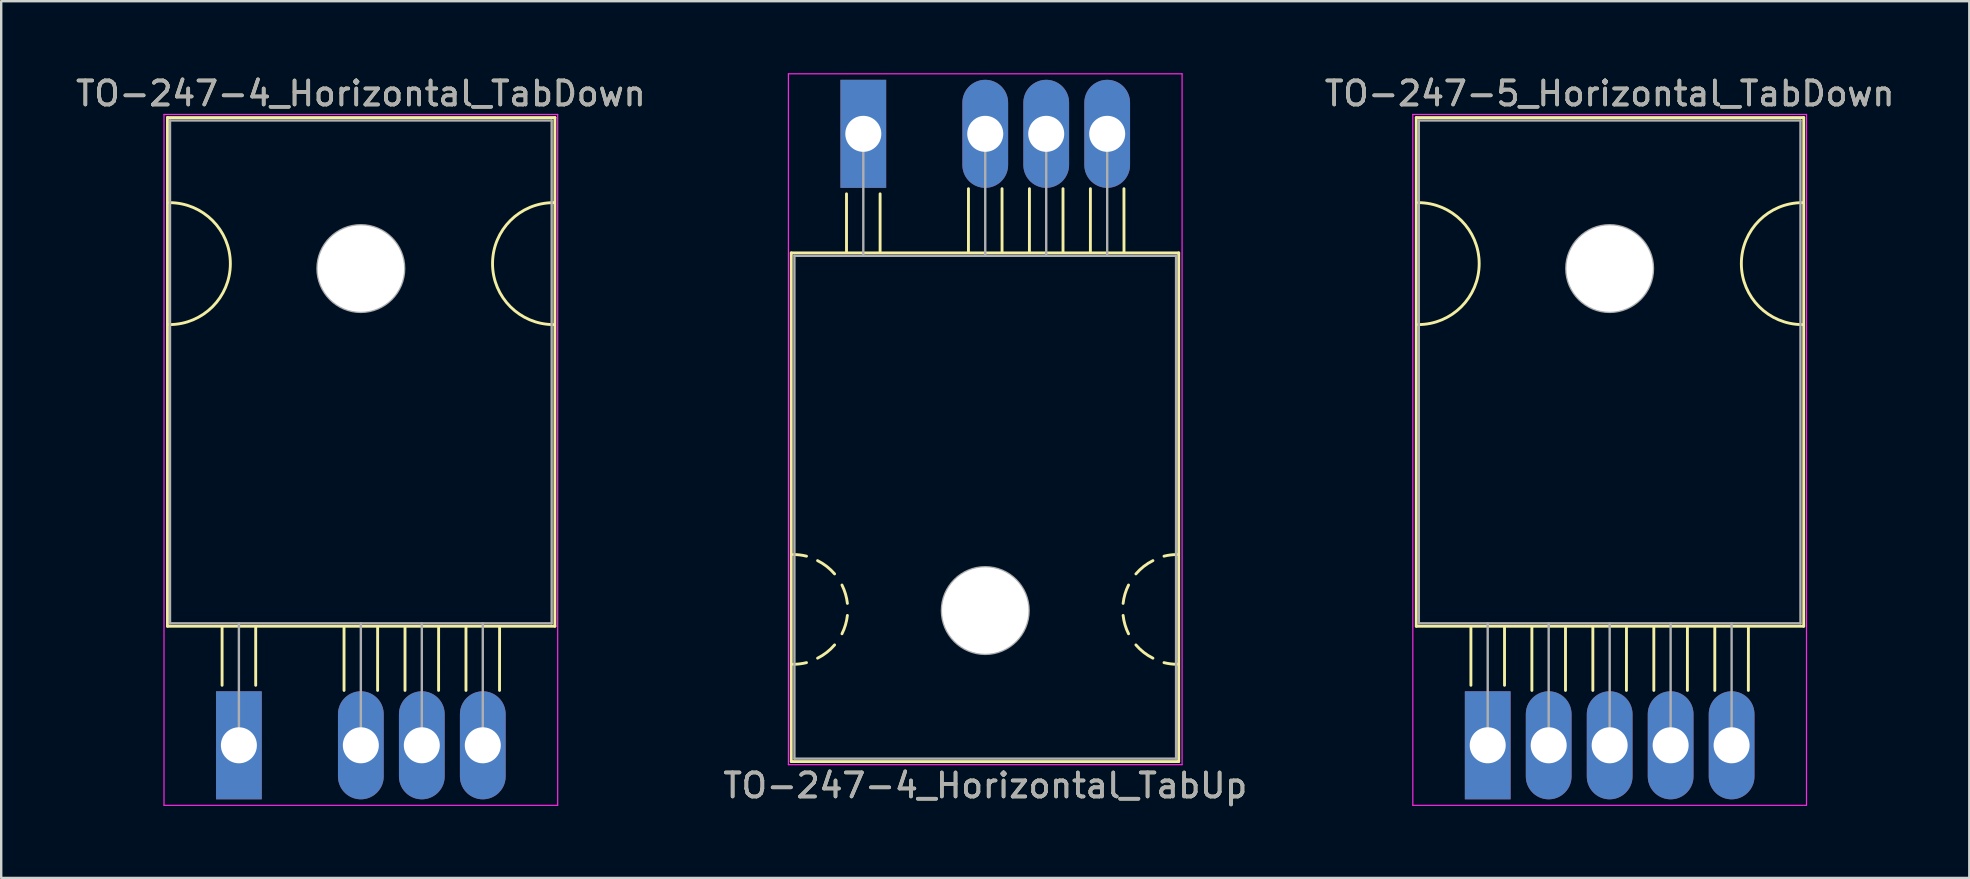
<source format=kicad_pcb>
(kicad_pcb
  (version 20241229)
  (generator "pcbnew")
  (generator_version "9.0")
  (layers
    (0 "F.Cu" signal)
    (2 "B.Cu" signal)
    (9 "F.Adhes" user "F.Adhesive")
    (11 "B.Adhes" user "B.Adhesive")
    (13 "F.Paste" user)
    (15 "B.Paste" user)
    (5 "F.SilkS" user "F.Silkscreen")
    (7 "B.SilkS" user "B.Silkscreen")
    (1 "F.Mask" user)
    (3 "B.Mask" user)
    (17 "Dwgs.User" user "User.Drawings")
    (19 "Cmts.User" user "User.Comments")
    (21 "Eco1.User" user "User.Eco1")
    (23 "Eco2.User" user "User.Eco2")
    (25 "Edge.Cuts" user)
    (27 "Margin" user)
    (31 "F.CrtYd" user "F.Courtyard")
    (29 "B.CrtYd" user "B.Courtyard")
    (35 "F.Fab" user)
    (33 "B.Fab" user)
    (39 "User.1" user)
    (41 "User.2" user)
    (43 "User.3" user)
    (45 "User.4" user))
  (footprint "TO-247-4_Horizontal_TabDown"
    (layer "F.Cu")
    (at 6.902 27.998)
    (property "Reference" "TO-247-4_Horizontal_TabDown" (at 5.08 -27.15 0) (layer "F.SilkS") (effects (font (size 1 1) (thickness 0.15))))
    (attr through_hole)
    (fp_line (start -2.976 -26.15) (end -2.976 -4.96) (stroke (width 0.12) (type solid)) (layer "F.SilkS"))
    (fp_line (start -2.976 -26.15) (end 13.164 -26.15) (stroke (width 0.12) (type solid)) (layer "F.SilkS"))
    (fp_line (start -2.976 -4.96) (end 13.164 -4.96) (stroke (width 0.12) (type solid)) (layer "F.SilkS"))
    (fp_line (start -0.7 -4.9) (end -0.7 -2.5) (stroke (width 0.12) (type solid)) (layer "F.SilkS"))
    (fp_line (start 0.7 -2.5) (end 0.7 -4.9) (stroke (width 0.12) (type solid)) (layer "F.SilkS"))
    (fp_line (start 4.38 -4.9) (end 4.38 -2.286) (stroke (width 0.12) (type solid)) (layer "F.SilkS"))
    (fp_line (start 5.779 -2.286) (end 5.78 -4.9) (stroke (width 0.12) (type solid)) (layer "F.SilkS"))
    (fp_line (start 6.92 -4.9) (end 6.92 -2.286) (stroke (width 0.12) (type solid)) (layer "F.SilkS"))
    (fp_line (start 8.319 -2.286) (end 8.32 -4.9) (stroke (width 0.12) (type solid)) (layer "F.SilkS"))
    (fp_line (start 9.46 -4.9) (end 9.46 -2.286) (stroke (width 0.12) (type solid)) (layer "F.SilkS"))
    (fp_line (start 10.858 -2.286) (end 10.86 -4.9) (stroke (width 0.12) (type solid)) (layer "F.SilkS"))
    (fp_line (start 13.164 -26.15) (end 13.164 -4.96) (stroke (width 0.12) (type solid)) (layer "F.SilkS"))
    (fp_arc (start -2.8956 -22.606) (mid -0.3556 -20.066) (end -2.8956 -17.526) (stroke (width 0.12) (type solid)) (layer "F.SilkS"))
    (fp_arc (start 13.1064 -17.526) (mid 10.5664 -20.066) (end 13.1064 -22.606) (stroke (width 0.12) (type solid)) (layer "F.SilkS"))
    (fp_line (start -3.12 -26.28) (end -3.12 2.5) (stroke (width 0.05) (type solid)) (layer "F.CrtYd"))
    (fp_line (start -3.12 2.5) (end 13.28 2.5) (stroke (width 0.05) (type solid)) (layer "F.CrtYd"))
    (fp_line (start 13.28 -26.28) (end -3.12 -26.28) (stroke (width 0.05) (type solid)) (layer "F.CrtYd"))
    (fp_line (start 13.28 2.5) (end 13.28 -26.28) (stroke (width 0.05) (type solid)) (layer "F.CrtYd"))
    (fp_line (start -2.87 -26.03) (end 13.03 -26.03) (stroke (width 0.1) (type solid)) (layer "F.Fab"))
    (fp_line (start -2.87 -5.08) (end -2.87 -26.03) (stroke (width 0.1) (type solid)) (layer "F.Fab"))
    (fp_line (start 0 -5.08) (end 0 0) (stroke (width 0.1) (type solid)) (layer "F.Fab"))
    (fp_line (start 5.08 -5.08) (end 5.08 0) (stroke (width 0.1) (type solid)) (layer "F.Fab"))
    (fp_line (start 7.62 -5.08) (end 7.62 0) (stroke (width 0.1) (type solid)) (layer "F.Fab"))
    (fp_line (start 10.16 -5.08) (end 10.16 0) (stroke (width 0.1) (type solid)) (layer "F.Fab"))
    (fp_line (start 13.03 -26.03) (end 13.03 -5.08) (stroke (width 0.1) (type solid)) (layer "F.Fab"))
    (fp_line (start 13.03 -5.08) (end -2.87 -5.08) (stroke (width 0.1) (type solid)) (layer "F.Fab"))
    (fp_circle (center 5.08 -19.86) (end 6.885 -19.86) (stroke (width 0.1) (type solid)) (fill no) (layer "F.Fab"))
    (fp_text user "${REFERENCE}" (at 5.08 -27.15 0) (layer "F.Fab") (effects (font (size 1 1) (thickness 0.15))))
    (pad "" np_thru_hole oval (at 5.08 -19.86) (size 3.6 3.6) (drill 3.6) (layers "*.Cu" "*.Mask"))
    (pad "1" thru_hole rect (at 0 0) (size 1.905 4.5) (drill 1.5) (layers "*.Cu" "*.Mask"))
    (pad "2" thru_hole oval (at 5.08 0) (size 1.905 4.5) (drill 1.5) (layers "*.Cu" "*.Mask"))
    (pad "3" thru_hole oval (at 7.62 0) (size 1.905 4.5) (drill 1.5) (layers "*.Cu" "*.Mask"))
    (pad "4" thru_hole oval (at 10.16 0) (size 1.905 4.5) (drill 1.5) (layers "*.Cu" "*.Mask")))
  (footprint "TO-247-4_Horizontal_TabUp"
    (layer "F.Cu")
    (at 32.914 2.525)
    (property "Reference" "TO-247-4_Horizontal_TabUp" (at 5.08 27.15 0) (layer "F.SilkS") (effects (font (size 1 1) (thickness 0.15))))
    (attr through_hole)
    (fp_line (start -3.001 4.96) (end -3.001 26.15) (stroke (width 0.12) (type solid)) (layer "F.SilkS"))
    (fp_line (start -3.001 4.96) (end 13.139 4.96) (stroke (width 0.12) (type solid)) (layer "F.SilkS"))
    (fp_line (start -3.001 26.15) (end 13.139 26.15) (stroke (width 0.12) (type solid)) (layer "F.SilkS"))
    (fp_line (start -0.7 4.9) (end -0.7 2.5) (stroke (width 0.12) (type solid)) (layer "F.SilkS"))
    (fp_line (start 0.7 2.5) (end 0.7 4.9) (stroke (width 0.12) (type solid)) (layer "F.SilkS"))
    (fp_line (start 4.38 4.9) (end 4.381 2.286) (stroke (width 0.12) (type solid)) (layer "F.SilkS"))
    (fp_line (start 5.779 2.286) (end 5.78 4.9) (stroke (width 0.12) (type solid)) (layer "F.SilkS"))
    (fp_line (start 6.92 4.9) (end 6.921 2.286) (stroke (width 0.12) (type solid)) (layer "F.SilkS"))
    (fp_line (start 8.319 2.286) (end 8.32 4.9) (stroke (width 0.12) (type solid)) (layer "F.SilkS"))
    (fp_line (start 9.46 4.9) (end 9.461 2.286) (stroke (width 0.12) (type solid)) (layer "F.SilkS"))
    (fp_line (start 10.858 2.286) (end 10.86 4.9) (stroke (width 0.12) (type solid)) (layer "F.SilkS"))
    (fp_line (start 13.139 4.96) (end 13.139 26.15) (stroke (width 0.12) (type solid)) (layer "F.SilkS"))
    (fp_arc (start -2.921 17.526) (mid -2.641689 17.543128) (end -2.366564 17.594254) (stroke (width 0.12) (type solid)) (layer "F.SilkS"))
    (fp_arc (start -2.366564 22.029746) (mid -2.641689 22.080872) (end -2.921 22.098) (stroke (width 0.12) (type solid)) (layer "F.SilkS"))
    (fp_arc (start -1.905001 17.780001) (mid -1.52288 18.02132) (end -1.196088 18.333504) (stroke (width 0.12) (type solid)) (layer "F.SilkS"))
    (fp_arc (start -1.196087 21.290497) (mid -1.522879 21.60268) (end -1.905 21.844) (stroke (width 0.12) (type solid)) (layer "F.SilkS"))
    (fp_arc (start -0.889001 18.796001) (mid -0.742178 19.168563) (end -0.663051 19.561117) (stroke (width 0.12) (type solid)) (layer "F.SilkS"))
    (fp_arc (start -0.663051 20.062883) (mid -0.742178 20.455437) (end -0.889001 20.827999) (stroke (width 0.12) (type solid)) (layer "F.SilkS"))
    (fp_arc (start 10.823051 19.561117) (mid 10.902178 19.168563) (end 11.049001 18.796001) (stroke (width 0.12) (type solid)) (layer "F.SilkS"))
    (fp_arc (start 11.049001 20.827999) (mid 10.902178 20.455437) (end 10.823051 20.062883) (stroke (width 0.12) (type solid)) (layer "F.SilkS"))
    (fp_arc (start 11.356087 18.333503) (mid 11.682879 18.02132) (end 12.065 17.78) (stroke (width 0.12) (type solid)) (layer "F.SilkS"))
    (fp_arc (start 12.065001 21.843999) (mid 11.68288 21.60268) (end 11.356088 21.290496) (stroke (width 0.12) (type solid)) (layer "F.SilkS"))
    (fp_arc (start 12.526564 17.594254) (mid 12.801689 17.543128) (end 13.081 17.526) (stroke (width 0.12) (type solid)) (layer "F.SilkS"))
    (fp_arc (start 13.081 22.098) (mid 12.801689 22.080872) (end 12.526564 22.029746) (stroke (width 0.12) (type solid)) (layer "F.SilkS"))
    (fp_line (start -3.12 -2.5) (end -3.12 26.28) (stroke (width 0.05) (type solid)) (layer "F.CrtYd"))
    (fp_line (start -3.12 26.28) (end 13.28 26.28) (stroke (width 0.05) (type solid)) (layer "F.CrtYd"))
    (fp_line (start 13.28 -2.5) (end -3.12 -2.5) (stroke (width 0.05) (type solid)) (layer "F.CrtYd"))
    (fp_line (start 13.28 26.28) (end 13.28 -2.5) (stroke (width 0.05) (type solid)) (layer "F.CrtYd"))
    (fp_line (start -2.87 5.08) (end -2.87 26.03) (stroke (width 0.1) (type solid)) (layer "F.Fab"))
    (fp_line (start -2.87 26.03) (end 13.03 26.03) (stroke (width 0.1) (type solid)) (layer "F.Fab"))
    (fp_line (start 0 5.08) (end 0 0) (stroke (width 0.1) (type solid)) (layer "F.Fab"))
    (fp_line (start 5.08 5.08) (end 5.08 0) (stroke (width 0.1) (type solid)) (layer "F.Fab"))
    (fp_line (start 7.62 5.08) (end 7.62 0) (stroke (width 0.1) (type solid)) (layer "F.Fab"))
    (fp_line (start 10.16 5.08) (end 10.16 0) (stroke (width 0.1) (type solid)) (layer "F.Fab"))
    (fp_line (start 13.03 5.08) (end -2.87 5.08) (stroke (width 0.1) (type solid)) (layer "F.Fab"))
    (fp_line (start 13.03 26.03) (end 13.03 5.08) (stroke (width 0.1) (type solid)) (layer "F.Fab"))
    (fp_circle (center 5.08 19.86) (end 6.885 19.86) (stroke (width 0.1) (type solid)) (fill no) (layer "F.Fab"))
    (fp_text user "${REFERENCE}" (at 5.08 27.15 0) (layer "F.Fab") (effects (font (size 1 1) (thickness 0.15))))
    (pad "" np_thru_hole oval (at 5.08 19.86) (size 3.6 3.6) (drill 3.6) (layers "*.Cu" "*.Mask"))
    (pad "1" thru_hole rect (at 0 0) (size 1.905 4.5) (drill 1.5) (layers "*.Cu" "*.Mask"))
    (pad "2" thru_hole oval (at 5.08 0) (size 1.905 4.5) (drill 1.5) (layers "*.Cu" "*.Mask"))
    (pad "3" thru_hole oval (at 7.62 0) (size 1.905 4.5) (drill 1.5) (layers "*.Cu" "*.Mask"))
    (pad "4" thru_hole oval (at 10.16 0) (size 1.905 4.5) (drill 1.5) (layers "*.Cu" "*.Mask")))
  (footprint "TO-247-5_Horizontal_TabDown"
    (layer "F.Cu")
    (at 58.926 27.998)
    (property "Reference" "TO-247-5_Horizontal_TabDown" (at 5.08 -27.15 0) (layer "F.SilkS") (effects (font (size 1 1) (thickness 0.15))))
    (attr through_hole)
    (fp_line (start -2.976 -26.15) (end -2.976 -4.96) (stroke (width 0.12) (type solid)) (layer "F.SilkS"))
    (fp_line (start -2.976 -26.15) (end 13.164 -26.15) (stroke (width 0.12) (type solid)) (layer "F.SilkS"))
    (fp_line (start -2.976 -4.96) (end 13.164 -4.96) (stroke (width 0.12) (type solid)) (layer "F.SilkS"))
    (fp_line (start -0.7 -4.9) (end -0.7 -2.5) (stroke (width 0.12) (type solid)) (layer "F.SilkS"))
    (fp_line (start 0.7 -2.5) (end 0.7 -4.9) (stroke (width 0.12) (type solid)) (layer "F.SilkS"))
    (fp_line (start 1.84 -4.9) (end 1.84 -2.286) (stroke (width 0.12) (type solid)) (layer "F.SilkS"))
    (fp_line (start 3.24 -2.286) (end 3.24 -4.9) (stroke (width 0.12) (type solid)) (layer "F.SilkS"))
    (fp_line (start 4.38 -4.9) (end 4.38 -2.286) (stroke (width 0.12) (type solid)) (layer "F.SilkS"))
    (fp_line (start 5.779 -2.286) (end 5.78 -4.9) (stroke (width 0.12) (type solid)) (layer "F.SilkS"))
    (fp_line (start 6.92 -4.9) (end 6.92 -2.286) (stroke (width 0.12) (type solid)) (layer "F.SilkS"))
    (fp_line (start 8.319 -2.286) (end 8.32 -4.9) (stroke (width 0.12) (type solid)) (layer "F.SilkS"))
    (fp_line (start 9.46 -4.9) (end 9.46 -2.286) (stroke (width 0.12) (type solid)) (layer "F.SilkS"))
    (fp_line (start 10.858 -2.286) (end 10.86 -4.9) (stroke (width 0.12) (type solid)) (layer "F.SilkS"))
    (fp_line (start 13.164 -26.15) (end 13.164 -4.96) (stroke (width 0.12) (type solid)) (layer "F.SilkS"))
    (fp_arc (start -2.8956 -22.606) (mid -0.3556 -20.066) (end -2.8956 -17.526) (stroke (width 0.12) (type solid)) (layer "F.SilkS"))
    (fp_arc (start 13.1064 -17.526) (mid 10.5664 -20.066) (end 13.1064 -22.606) (stroke (width 0.12) (type solid)) (layer "F.SilkS"))
    (fp_line (start -3.12 -26.28) (end -3.12 2.5) (stroke (width 0.05) (type solid)) (layer "F.CrtYd"))
    (fp_line (start -3.12 2.5) (end 13.28 2.5) (stroke (width 0.05) (type solid)) (layer "F.CrtYd"))
    (fp_line (start 13.28 -26.28) (end -3.12 -26.28) (stroke (width 0.05) (type solid)) (layer "F.CrtYd"))
    (fp_line (start 13.28 2.5) (end 13.28 -26.28) (stroke (width 0.05) (type solid)) (layer "F.CrtYd"))
    (fp_line (start -2.87 -26.03) (end 13.03 -26.03) (stroke (width 0.1) (type solid)) (layer "F.Fab"))
    (fp_line (start -2.87 -5.08) (end -2.87 -26.03) (stroke (width 0.1) (type solid)) (layer "F.Fab"))
    (fp_line (start 0 -5.08) (end 0 0) (stroke (width 0.1) (type solid)) (layer "F.Fab"))
    (fp_line (start 2.54 -5.08) (end 2.54 0) (stroke (width 0.1) (type solid)) (layer "F.Fab"))
    (fp_line (start 5.08 -5.08) (end 5.08 0) (stroke (width 0.1) (type solid)) (layer "F.Fab"))
    (fp_line (start 7.62 -5.08) (end 7.62 0) (stroke (width 0.1) (type solid)) (layer "F.Fab"))
    (fp_line (start 10.16 -5.08) (end 10.16 0) (stroke (width 0.1) (type solid)) (layer "F.Fab"))
    (fp_line (start 13.03 -26.03) (end 13.03 -5.08) (stroke (width 0.1) (type solid)) (layer "F.Fab"))
    (fp_line (start 13.03 -5.08) (end -2.87 -5.08) (stroke (width 0.1) (type solid)) (layer "F.Fab"))
    (fp_circle (center 5.08 -19.86) (end 6.885 -19.86) (stroke (width 0.1) (type solid)) (fill no) (layer "F.Fab"))
    (fp_text user "${REFERENCE}" (at 5.08 -27.15 0) (layer "F.Fab") (effects (font (size 1 1) (thickness 0.15))))
    (pad "" np_thru_hole oval (at 5.08 -19.86) (size 3.6 3.6) (drill 3.6) (layers "*.Cu" "*.Mask"))
    (pad "1" thru_hole rect (at 0 0) (size 1.905 4.5) (drill 1.5) (layers "*.Cu" "*.Mask"))
    (pad "2" thru_hole oval (at 2.54 0) (size 1.905 4.5) (drill 1.5) (layers "*.Cu" "*.Mask"))
    (pad "3" thru_hole oval (at 5.08 0) (size 1.905 4.5) (drill 1.5) (layers "*.Cu" "*.Mask"))
    (pad "4" thru_hole oval (at 7.62 0) (size 1.905 4.5) (drill 1.5) (layers "*.Cu" "*.Mask"))
    (pad "5" thru_hole oval (at 10.16 0) (size 1.905 4.5) (drill 1.5) (layers "*.Cu" "*.Mask")))
  (gr_rect
    (start -3 -3)
    (end 78.988 33.523)
    (stroke (width 0.1) (type default))
    (fill no)
    (layer "Edge.Cuts")))
</source>
